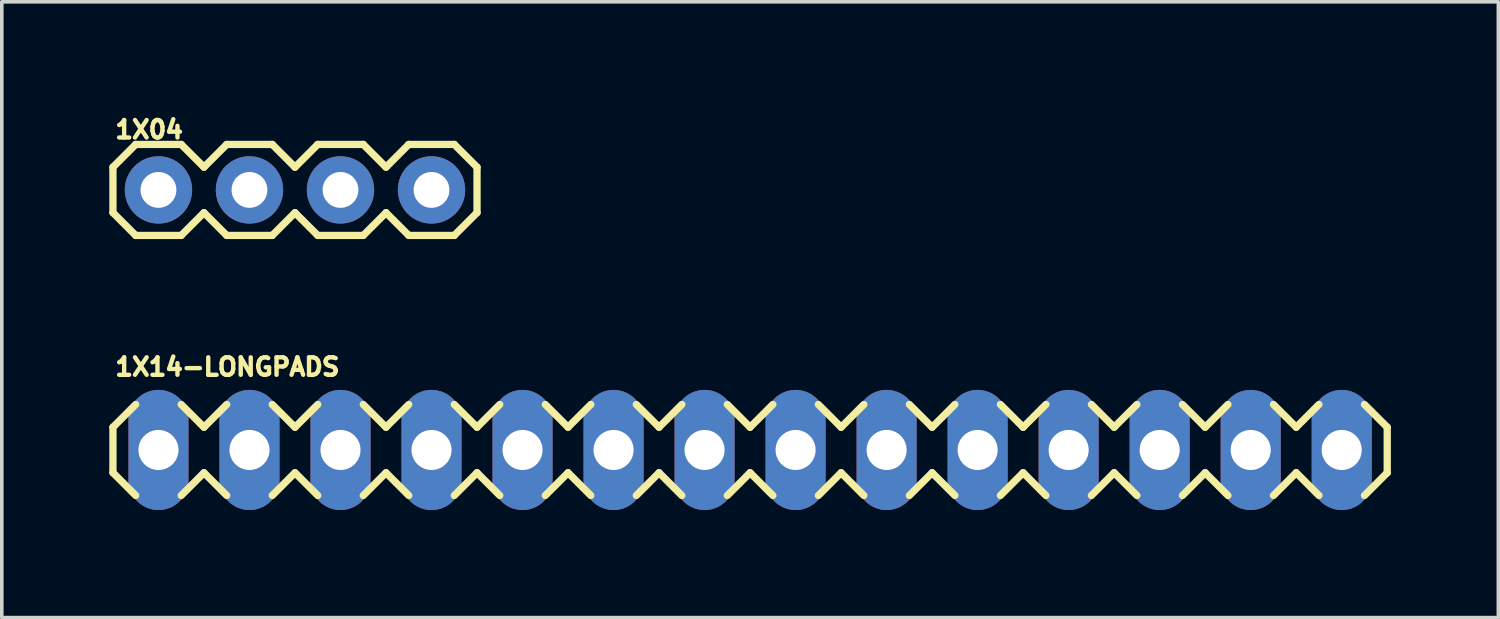
<source format=kicad_pcb>
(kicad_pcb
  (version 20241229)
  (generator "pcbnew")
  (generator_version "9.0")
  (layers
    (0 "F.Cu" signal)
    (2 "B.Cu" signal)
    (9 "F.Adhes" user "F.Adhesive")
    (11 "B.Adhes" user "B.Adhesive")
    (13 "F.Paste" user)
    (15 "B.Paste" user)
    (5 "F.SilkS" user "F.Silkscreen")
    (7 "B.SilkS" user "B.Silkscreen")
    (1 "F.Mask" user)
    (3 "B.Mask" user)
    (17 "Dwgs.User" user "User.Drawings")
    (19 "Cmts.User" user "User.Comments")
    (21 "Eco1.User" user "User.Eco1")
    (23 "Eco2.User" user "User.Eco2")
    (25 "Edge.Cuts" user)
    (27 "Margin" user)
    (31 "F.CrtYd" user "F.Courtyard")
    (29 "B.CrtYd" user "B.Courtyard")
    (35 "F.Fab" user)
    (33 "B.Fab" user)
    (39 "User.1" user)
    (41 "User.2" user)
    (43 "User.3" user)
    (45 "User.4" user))
  (footprint "1X14-LONGPADS"
    (layer "F.Cu")
    (at 1.372 9.507)
    (property "Reference" "1X14-LONGPADS" (at -1.27 -2.032 0) (layer "F.SilkS") (effects (font (size 0.488 0.488) (thickness 0.122)) (justify left bottom)))
    (fp_line (start -1.27 -0.635) (end -1.27 0.635) (stroke (width 0.203) (type solid)) (layer "F.SilkS"))
    (fp_line (start -1.27 0.635) (end -0.635 1.27) (stroke (width 0.203) (type solid)) (layer "F.SilkS"))
    (fp_line (start -0.635 -1.27) (end -1.27 -0.635) (stroke (width 0.203) (type solid)) (layer "F.SilkS"))
    (fp_line (start 0.635 -1.27) (end 1.27 -0.635) (stroke (width 0.203) (type solid)) (layer "F.SilkS"))
    (fp_line (start 1.27 -0.635) (end 1.905 -1.27) (stroke (width 0.203) (type solid)) (layer "F.SilkS"))
    (fp_line (start 1.27 0.635) (end 0.635 1.27) (stroke (width 0.203) (type solid)) (layer "F.SilkS"))
    (fp_line (start 1.905 1.27) (end 1.27 0.635) (stroke (width 0.203) (type solid)) (layer "F.SilkS"))
    (fp_line (start 3.175 -1.27) (end 3.81 -0.635) (stroke (width 0.203) (type solid)) (layer "F.SilkS"))
    (fp_line (start 3.81 -0.635) (end 4.445 -1.27) (stroke (width 0.203) (type solid)) (layer "F.SilkS"))
    (fp_line (start 3.81 0.635) (end 3.175 1.27) (stroke (width 0.203) (type solid)) (layer "F.SilkS"))
    (fp_line (start 4.445 1.27) (end 3.81 0.635) (stroke (width 0.203) (type solid)) (layer "F.SilkS"))
    (fp_line (start 5.715 -1.27) (end 6.35 -0.635) (stroke (width 0.203) (type solid)) (layer "F.SilkS"))
    (fp_line (start 6.35 0.635) (end 5.715 1.27) (stroke (width 0.203) (type solid)) (layer "F.SilkS"))
    (fp_line (start 6.35 0.635) (end 6.985 1.27) (stroke (width 0.203) (type solid)) (layer "F.SilkS"))
    (fp_line (start 6.985 -1.27) (end 6.35 -0.635) (stroke (width 0.203) (type solid)) (layer "F.SilkS"))
    (fp_line (start 8.255 -1.27) (end 8.89 -0.635) (stroke (width 0.203) (type solid)) (layer "F.SilkS"))
    (fp_line (start 8.89 -0.635) (end 9.525 -1.27) (stroke (width 0.203) (type solid)) (layer "F.SilkS"))
    (fp_line (start 8.89 0.635) (end 8.255 1.27) (stroke (width 0.203) (type solid)) (layer "F.SilkS"))
    (fp_line (start 9.525 1.27) (end 8.89 0.635) (stroke (width 0.203) (type solid)) (layer "F.SilkS"))
    (fp_line (start 10.795 -1.27) (end 11.43 -0.635) (stroke (width 0.203) (type solid)) (layer "F.SilkS"))
    (fp_line (start 11.43 -0.635) (end 12.065 -1.27) (stroke (width 0.203) (type solid)) (layer "F.SilkS"))
    (fp_line (start 11.43 0.635) (end 10.795 1.27) (stroke (width 0.203) (type solid)) (layer "F.SilkS"))
    (fp_line (start 12.065 1.27) (end 11.43 0.635) (stroke (width 0.203) (type solid)) (layer "F.SilkS"))
    (fp_line (start 13.335 -1.27) (end 13.97 -0.635) (stroke (width 0.203) (type solid)) (layer "F.SilkS"))
    (fp_line (start 13.97 0.635) (end 13.335 1.27) (stroke (width 0.203) (type solid)) (layer "F.SilkS"))
    (fp_line (start 13.97 0.635) (end 14.605 1.27) (stroke (width 0.203) (type solid)) (layer "F.SilkS"))
    (fp_line (start 14.605 -1.27) (end 13.97 -0.635) (stroke (width 0.203) (type solid)) (layer "F.SilkS"))
    (fp_line (start 15.875 -1.27) (end 16.51 -0.635) (stroke (width 0.203) (type solid)) (layer "F.SilkS"))
    (fp_line (start 16.51 0.635) (end 15.875 1.27) (stroke (width 0.203) (type solid)) (layer "F.SilkS"))
    (fp_line (start 16.51 0.635) (end 17.145 1.27) (stroke (width 0.203) (type solid)) (layer "F.SilkS"))
    (fp_line (start 17.145 -1.27) (end 16.51 -0.635) (stroke (width 0.203) (type solid)) (layer "F.SilkS"))
    (fp_line (start 18.415 -1.27) (end 19.05 -0.635) (stroke (width 0.203) (type solid)) (layer "F.SilkS"))
    (fp_line (start 19.05 -0.635) (end 19.685 -1.27) (stroke (width 0.203) (type solid)) (layer "F.SilkS"))
    (fp_line (start 19.05 0.635) (end 18.415 1.27) (stroke (width 0.203) (type solid)) (layer "F.SilkS"))
    (fp_line (start 19.685 1.27) (end 19.05 0.635) (stroke (width 0.203) (type solid)) (layer "F.SilkS"))
    (fp_line (start 20.955 -1.27) (end 21.59 -0.635) (stroke (width 0.203) (type solid)) (layer "F.SilkS"))
    (fp_line (start 21.59 -0.635) (end 22.225 -1.27) (stroke (width 0.203) (type solid)) (layer "F.SilkS"))
    (fp_line (start 21.59 0.635) (end 20.955 1.27) (stroke (width 0.203) (type solid)) (layer "F.SilkS"))
    (fp_line (start 22.225 1.27) (end 21.59 0.635) (stroke (width 0.203) (type solid)) (layer "F.SilkS"))
    (fp_line (start 23.495 -1.27) (end 24.13 -0.635) (stroke (width 0.203) (type solid)) (layer "F.SilkS"))
    (fp_line (start 24.13 0.635) (end 23.495 1.27) (stroke (width 0.203) (type solid)) (layer "F.SilkS"))
    (fp_line (start 24.13 0.635) (end 24.765 1.27) (stroke (width 0.203) (type solid)) (layer "F.SilkS"))
    (fp_line (start 24.765 -1.27) (end 24.13 -0.635) (stroke (width 0.203) (type solid)) (layer "F.SilkS"))
    (fp_line (start 26.035 -1.27) (end 26.67 -0.635) (stroke (width 0.203) (type solid)) (layer "F.SilkS"))
    (fp_line (start 26.67 -0.635) (end 27.305 -1.27) (stroke (width 0.203) (type solid)) (layer "F.SilkS"))
    (fp_line (start 26.67 0.635) (end 26.035 1.27) (stroke (width 0.203) (type solid)) (layer "F.SilkS"))
    (fp_line (start 27.305 1.27) (end 26.67 0.635) (stroke (width 0.203) (type solid)) (layer "F.SilkS"))
    (fp_line (start 28.575 -1.27) (end 29.21 -0.635) (stroke (width 0.203) (type solid)) (layer "F.SilkS"))
    (fp_line (start 29.21 -0.635) (end 29.845 -1.27) (stroke (width 0.203) (type solid)) (layer "F.SilkS"))
    (fp_line (start 29.21 0.635) (end 28.575 1.27) (stroke (width 0.203) (type solid)) (layer "F.SilkS"))
    (fp_line (start 29.845 1.27) (end 29.21 0.635) (stroke (width 0.203) (type solid)) (layer "F.SilkS"))
    (fp_line (start 31.115 -1.27) (end 31.75 -0.635) (stroke (width 0.203) (type solid)) (layer "F.SilkS"))
    (fp_line (start 31.75 0.635) (end 31.115 1.27) (stroke (width 0.203) (type solid)) (layer "F.SilkS"))
    (fp_line (start 31.75 0.635) (end 32.385 1.27) (stroke (width 0.203) (type solid)) (layer "F.SilkS"))
    (fp_line (start 32.385 -1.27) (end 31.75 -0.635) (stroke (width 0.203) (type solid)) (layer "F.SilkS"))
    (fp_line (start 33.655 -1.27) (end 34.29 -0.635) (stroke (width 0.203) (type solid)) (layer "F.SilkS"))
    (fp_line (start 34.29 -0.635) (end 34.29 0.635) (stroke (width 0.203) (type solid)) (layer "F.SilkS"))
    (fp_line (start 34.29 0.635) (end 33.655 1.27) (stroke (width 0.203) (type solid)) (layer "F.SilkS"))
    (fp_poly (pts (xy -0.254 0.254) (xy 0.254 0.254) (xy 0.254 -0.254) (xy -0.254 -0.254)) (stroke (width 0.1) (type solid)) (fill no) (layer "F.Fab"))
    (fp_poly (pts (xy 2.286 0.254) (xy 2.794 0.254) (xy 2.794 -0.254) (xy 2.286 -0.254)) (stroke (width 0.1) (type solid)) (fill no) (layer "F.Fab"))
    (fp_poly (pts (xy 4.826 0.254) (xy 5.334 0.254) (xy 5.334 -0.254) (xy 4.826 -0.254)) (stroke (width 0.1) (type solid)) (fill no) (layer "F.Fab"))
    (fp_poly (pts (xy 7.366 0.254) (xy 7.874 0.254) (xy 7.874 -0.254) (xy 7.366 -0.254)) (stroke (width 0.1) (type solid)) (fill no) (layer "F.Fab"))
    (fp_poly (pts (xy 9.906 0.254) (xy 10.414 0.254) (xy 10.414 -0.254) (xy 9.906 -0.254)) (stroke (width 0.1) (type solid)) (fill no) (layer "F.Fab"))
    (fp_poly (pts (xy 12.446 0.254) (xy 12.954 0.254) (xy 12.954 -0.254) (xy 12.446 -0.254)) (stroke (width 0.1) (type solid)) (fill no) (layer "F.Fab"))
    (fp_poly (pts (xy 14.986 0.254) (xy 15.494 0.254) (xy 15.494 -0.254) (xy 14.986 -0.254)) (stroke (width 0.1) (type solid)) (fill no) (layer "F.Fab"))
    (fp_poly (pts (xy 17.526 0.254) (xy 18.034 0.254) (xy 18.034 -0.254) (xy 17.526 -0.254)) (stroke (width 0.1) (type solid)) (fill no) (layer "F.Fab"))
    (fp_poly (pts (xy 20.066 0.254) (xy 20.574 0.254) (xy 20.574 -0.254) (xy 20.066 -0.254)) (stroke (width 0.1) (type solid)) (fill no) (layer "F.Fab"))
    (fp_poly (pts (xy 22.606 0.254) (xy 23.114 0.254) (xy 23.114 -0.254) (xy 22.606 -0.254)) (stroke (width 0.1) (type solid)) (fill no) (layer "F.Fab"))
    (fp_poly (pts (xy 25.146 0.254) (xy 25.654 0.254) (xy 25.654 -0.254) (xy 25.146 -0.254)) (stroke (width 0.1) (type solid)) (fill no) (layer "F.Fab"))
    (fp_poly (pts (xy 27.686 0.254) (xy 28.194 0.254) (xy 28.194 -0.254) (xy 27.686 -0.254)) (stroke (width 0.1) (type solid)) (fill no) (layer "F.Fab"))
    (fp_poly (pts (xy 30.226 0.254) (xy 30.734 0.254) (xy 30.734 -0.254) (xy 30.226 -0.254)) (stroke (width 0.1) (type solid)) (fill no) (layer "F.Fab"))
    (fp_poly (pts (xy 32.766 0.254) (xy 33.274 0.254) (xy 33.274 -0.254) (xy 32.766 -0.254)) (stroke (width 0.1) (type solid)) (fill no) (layer "F.Fab"))
    (pad "1" thru_hole oval (at 0 0 90) (size 3.353 1.676) (drill 1.118) (layers "*.Cu" "*.Mask"))
    (pad "2" thru_hole oval (at 2.54 0 90) (size 3.353 1.676) (drill 1.118) (layers "*.Cu" "*.Mask"))
    (pad "3" thru_hole oval (at 5.08 0 90) (size 3.353 1.676) (drill 1.118) (layers "*.Cu" "*.Mask"))
    (pad "4" thru_hole oval (at 7.62 0 90) (size 3.353 1.676) (drill 1.118) (layers "*.Cu" "*.Mask"))
    (pad "5" thru_hole oval (at 10.16 0 90) (size 3.353 1.676) (drill 1.118) (layers "*.Cu" "*.Mask"))
    (pad "6" thru_hole oval (at 12.7 0 90) (size 3.353 1.676) (drill 1.118) (layers "*.Cu" "*.Mask"))
    (pad "7" thru_hole oval (at 15.24 0 90) (size 3.353 1.676) (drill 1.118) (layers "*.Cu" "*.Mask"))
    (pad "8" thru_hole oval (at 17.78 0 90) (size 3.353 1.676) (drill 1.118) (layers "*.Cu" "*.Mask"))
    (pad "9" thru_hole oval (at 20.32 0 90) (size 3.353 1.676) (drill 1.118) (layers "*.Cu" "*.Mask"))
    (pad "10" thru_hole oval (at 22.86 0 90) (size 3.353 1.676) (drill 1.118) (layers "*.Cu" "*.Mask"))
    (pad "11" thru_hole oval (at 25.4 0 90) (size 3.353 1.676) (drill 1.118) (layers "*.Cu" "*.Mask"))
    (pad "12" thru_hole oval (at 27.94 0 90) (size 3.353 1.676) (drill 1.118) (layers "*.Cu" "*.Mask"))
    (pad "13" thru_hole oval (at 30.48 0 90) (size 3.353 1.676) (drill 1.118) (layers "*.Cu" "*.Mask"))
    (pad "14" thru_hole oval (at 33.02 0 90) (size 3.353 1.676) (drill 1.118) (layers "*.Cu" "*.Mask")))
  (footprint "1X04"
    (layer "F.Cu")
    (at 1.372 2.25)
    (property "Reference" "1X04" (at -1.27 -1.397 0) (layer "F.SilkS") (effects (font (size 0.488 0.488) (thickness 0.122)) (justify left bottom)))
    (fp_line (start -1.27 -0.635) (end -1.27 0.635) (stroke (width 0.203) (type solid)) (layer "F.SilkS"))
    (fp_line (start -1.27 0.635) (end -0.635 1.27) (stroke (width 0.203) (type solid)) (layer "F.SilkS"))
    (fp_line (start -0.635 -1.27) (end -1.27 -0.635) (stroke (width 0.203) (type solid)) (layer "F.SilkS"))
    (fp_line (start -0.635 -1.27) (end 0.635 -1.27) (stroke (width 0.203) (type solid)) (layer "F.SilkS"))
    (fp_line (start 0.635 -1.27) (end 1.27 -0.635) (stroke (width 0.203) (type solid)) (layer "F.SilkS"))
    (fp_line (start 0.635 1.27) (end -0.635 1.27) (stroke (width 0.203) (type solid)) (layer "F.SilkS"))
    (fp_line (start 1.27 -0.635) (end 1.905 -1.27) (stroke (width 0.203) (type solid)) (layer "F.SilkS"))
    (fp_line (start 1.27 0.635) (end 0.635 1.27) (stroke (width 0.203) (type solid)) (layer "F.SilkS"))
    (fp_line (start 1.905 -1.27) (end 3.175 -1.27) (stroke (width 0.203) (type solid)) (layer "F.SilkS"))
    (fp_line (start 1.905 1.27) (end 1.27 0.635) (stroke (width 0.203) (type solid)) (layer "F.SilkS"))
    (fp_line (start 3.175 -1.27) (end 3.81 -0.635) (stroke (width 0.203) (type solid)) (layer "F.SilkS"))
    (fp_line (start 3.175 1.27) (end 1.905 1.27) (stroke (width 0.203) (type solid)) (layer "F.SilkS"))
    (fp_line (start 3.81 -0.635) (end 4.445 -1.27) (stroke (width 0.203) (type solid)) (layer "F.SilkS"))
    (fp_line (start 3.81 0.635) (end 3.175 1.27) (stroke (width 0.203) (type solid)) (layer "F.SilkS"))
    (fp_line (start 4.445 -1.27) (end 5.715 -1.27) (stroke (width 0.203) (type solid)) (layer "F.SilkS"))
    (fp_line (start 4.445 1.27) (end 3.81 0.635) (stroke (width 0.203) (type solid)) (layer "F.SilkS"))
    (fp_line (start 5.715 -1.27) (end 6.35 -0.635) (stroke (width 0.203) (type solid)) (layer "F.SilkS"))
    (fp_line (start 5.715 1.27) (end 4.445 1.27) (stroke (width 0.203) (type solid)) (layer "F.SilkS"))
    (fp_line (start 6.35 0.635) (end 5.715 1.27) (stroke (width 0.203) (type solid)) (layer "F.SilkS"))
    (fp_line (start 6.35 0.635) (end 6.985 1.27) (stroke (width 0.203) (type solid)) (layer "F.SilkS"))
    (fp_line (start 6.985 -1.27) (end 6.35 -0.635) (stroke (width 0.203) (type solid)) (layer "F.SilkS"))
    (fp_line (start 6.985 -1.27) (end 8.255 -1.27) (stroke (width 0.203) (type solid)) (layer "F.SilkS"))
    (fp_line (start 8.255 -1.27) (end 8.89 -0.635) (stroke (width 0.203) (type solid)) (layer "F.SilkS"))
    (fp_line (start 8.255 1.27) (end 6.985 1.27) (stroke (width 0.203) (type solid)) (layer "F.SilkS"))
    (fp_line (start 8.89 -0.635) (end 8.89 0.635) (stroke (width 0.203) (type solid)) (layer "F.SilkS"))
    (fp_line (start 8.89 0.635) (end 8.255 1.27) (stroke (width 0.203) (type solid)) (layer "F.SilkS"))
    (fp_poly (pts (xy -0.254 0.254) (xy 0.254 0.254) (xy 0.254 -0.254) (xy -0.254 -0.254)) (stroke (width 0.1) (type solid)) (fill no) (layer "F.Fab"))
    (fp_poly (pts (xy 2.286 0.254) (xy 2.794 0.254) (xy 2.794 -0.254) (xy 2.286 -0.254)) (stroke (width 0.1) (type solid)) (fill no) (layer "F.Fab"))
    (fp_poly (pts (xy 4.826 0.254) (xy 5.334 0.254) (xy 5.334 -0.254) (xy 4.826 -0.254)) (stroke (width 0.1) (type solid)) (fill no) (layer "F.Fab"))
    (fp_poly (pts (xy 7.366 0.254) (xy 7.874 0.254) (xy 7.874 -0.254) (xy 7.366 -0.254)) (stroke (width 0.1) (type solid)) (fill no) (layer "F.Fab"))
    (pad "1" thru_hole circle (at 0 0 90) (size 1.88 1.88) (drill 1) (layers "*.Cu" "*.Mask"))
    (pad "2" thru_hole circle (at 2.54 0 90) (size 1.88 1.88) (drill 1) (layers "*.Cu" "*.Mask"))
    (pad "3" thru_hole circle (at 5.08 0 90) (size 1.88 1.88) (drill 1) (layers "*.Cu" "*.Mask"))
    (pad "4" thru_hole circle (at 7.62 0 90) (size 1.88 1.88) (drill 1) (layers "*.Cu" "*.Mask")))
  (gr_rect
    (start -3 -3)
    (end 38.763 14.184)
    (stroke (width 0.1) (type default))
    (fill no)
    (layer "Edge.Cuts")))
</source>
